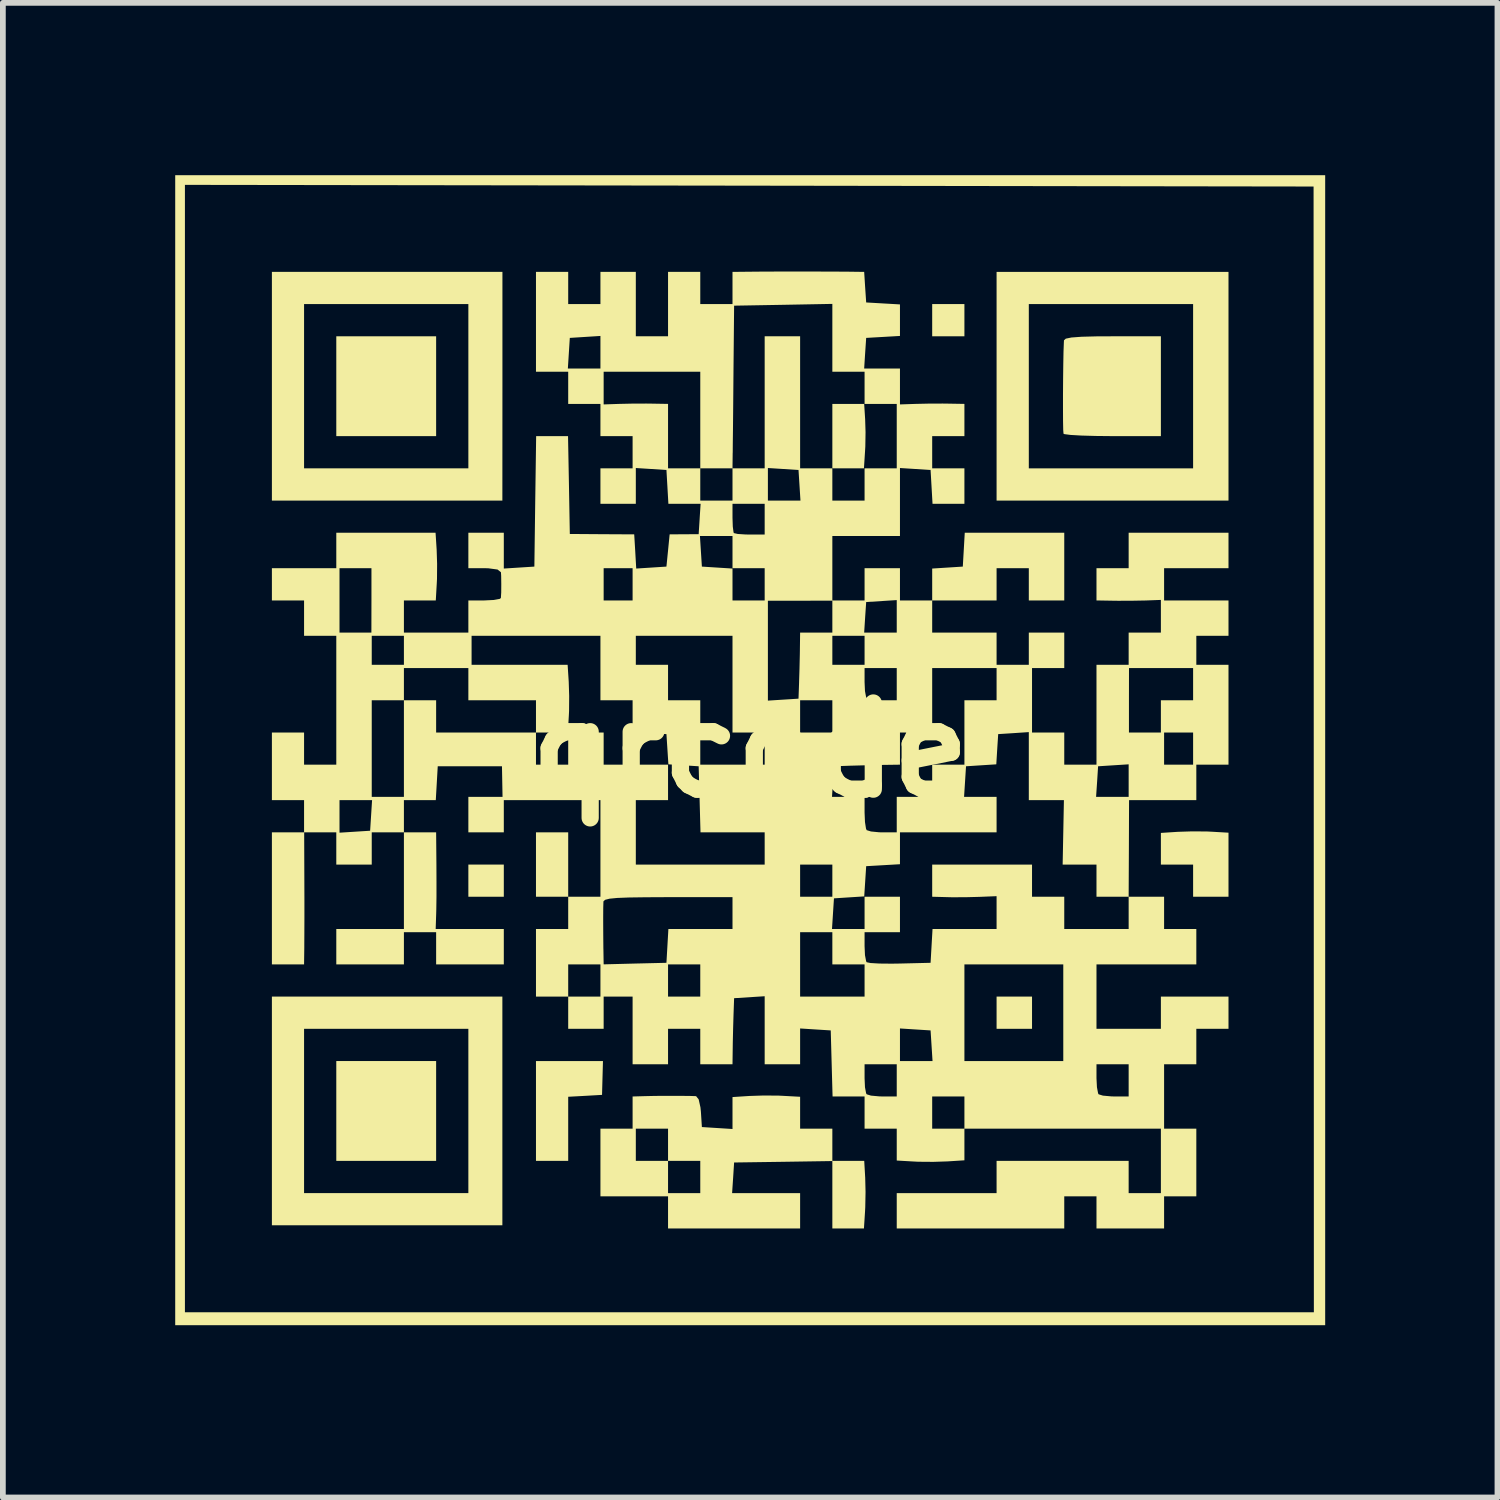
<source format=kicad_pcb>
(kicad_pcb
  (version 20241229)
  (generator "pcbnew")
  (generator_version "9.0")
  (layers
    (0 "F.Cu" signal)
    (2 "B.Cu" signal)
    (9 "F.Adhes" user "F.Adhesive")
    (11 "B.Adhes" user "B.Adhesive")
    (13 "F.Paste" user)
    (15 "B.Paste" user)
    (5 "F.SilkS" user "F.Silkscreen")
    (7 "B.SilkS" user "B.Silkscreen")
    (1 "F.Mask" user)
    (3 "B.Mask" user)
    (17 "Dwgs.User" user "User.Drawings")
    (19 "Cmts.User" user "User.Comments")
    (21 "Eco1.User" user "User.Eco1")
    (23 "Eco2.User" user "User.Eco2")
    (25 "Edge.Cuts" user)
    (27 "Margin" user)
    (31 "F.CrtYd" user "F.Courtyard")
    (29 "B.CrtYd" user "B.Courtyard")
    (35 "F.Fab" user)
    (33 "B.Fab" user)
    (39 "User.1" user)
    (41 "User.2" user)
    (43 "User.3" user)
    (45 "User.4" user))
  (footprint "qrcode"
    (layer "F.Cu")
    (at 10.009 10.009)
    (property "Reference" "qrcode" (at 0 0 0) (layer "F.SilkS") (effects (font (size 1.5 1.5) (thickness 0.3))))
    (attr board_only exclude_from_pos_files exclude_from_bom)
    (fp_poly (pts (xy -5.467 -6.336) (xy -5.467 -5.467) (xy -6.336 -5.467) (xy -7.205 -5.467) (xy -7.205 -6.336) (xy -7.205 -7.205) (xy -6.336 -7.205) (xy -5.467 -7.205)) (stroke (width 0) (type solid)) (fill yes) (layer "F.SilkS"))
    (fp_poly (pts (xy -5.467 6.28) (xy -5.467 7.149) (xy -6.336 7.149) (xy -7.205 7.149) (xy -7.205 6.28) (xy -7.205 5.411) (xy -6.336 5.411) (xy -5.467 5.411)) (stroke (width 0) (type solid)) (fill yes) (layer "F.SilkS"))
    (fp_poly (pts (xy -4.289 2.271) (xy -4.289 2.551) (xy -4.598 2.551) (xy -4.906 2.551) (xy -4.906 2.271) (xy -4.906 1.991) (xy -4.598 1.991) (xy -4.289 1.991)) (stroke (width 0) (type solid)) (fill yes) (layer "F.SilkS"))
    (fp_poly (pts (xy 3.729 -7.485) (xy 3.729 -7.205) (xy 3.448 -7.205) (xy 3.168 -7.205) (xy 3.168 -7.485) (xy 3.168 -7.766) (xy 3.448 -7.766) (xy 3.729 -7.766)) (stroke (width 0) (type solid)) (fill yes) (layer "F.SilkS"))
    (fp_poly (pts (xy 4.906 4.57) (xy 4.906 4.85) (xy 4.598 4.85) (xy 4.289 4.85) (xy 4.289 4.57) (xy 4.289 4.289) (xy 4.598 4.289) (xy 4.906 4.289)) (stroke (width 0) (type solid)) (fill yes) (layer "F.SilkS"))
    (fp_poly (pts (xy 2.001 -5.761) (xy 2.008 -5.536) (xy 2.004 -5.285) (xy 1.999 -5.201) (xy 1.98 -4.906) (xy 1.705 -4.906) (xy 1.43 -4.906) (xy 1.43 -5.467) (xy 1.43 -6.028) (xy 1.707 -6.028) (xy 1.984 -6.028)) (stroke (width 0) (type solid)) (fill yes) (layer "F.SilkS"))
    (fp_poly (pts (xy -2.571 5.705) (xy -2.579 6) (xy -2.874 6.017) (xy -3.168 6.033) (xy -3.168 6.591) (xy -3.168 7.149) (xy -3.448 7.149) (xy -3.729 7.149) (xy -3.729 6.28) (xy -3.729 5.411) (xy -3.146 5.411) (xy -2.563 5.411)) (stroke (width 0) (type solid)) (fill yes) (layer "F.SilkS"))
    (fp_poly (pts (xy 7.953 1.415) (xy 8.032 1.419) (xy 8.326 1.436) (xy 8.326 1.993) (xy 8.326 2.551) (xy 8.018 2.551) (xy 7.71 2.551) (xy 7.71 2.271) (xy 7.71 1.991) (xy 7.429 1.991) (xy 7.149 1.991) (xy 7.149 1.715) (xy 7.149 1.44) (xy 7.443 1.421) (xy 7.69 1.413)) (stroke (width 0) (type solid)) (fill yes) (layer "F.SilkS"))
    (fp_poly (pts (xy -4.314 6.28) (xy -4.314 8.27) (xy -6.32 8.27) (xy -8.326 8.27) (xy -8.326 6.28) (xy -7.766 6.28) (xy -7.766 7.71) (xy -6.336 7.71) (xy -4.906 7.71) (xy -4.906 6.28) (xy -4.906 4.85) (xy -6.336 4.85) (xy -7.766 4.85) (xy -7.766 6.28) (xy -8.326 6.28) (xy -8.326 4.289) (xy -6.32 4.289) (xy -4.314 4.289)) (stroke (width 0) (type solid)) (fill yes) (layer "F.SilkS"))
    (fp_poly (pts (xy -4.313 -6.336) (xy -4.314 -4.345) (xy -6.32 -4.345) (xy -8.326 -4.345) (xy -8.326 -6.336) (xy -7.766 -6.336) (xy -7.766 -4.906) (xy -6.336 -4.906) (xy -4.906 -4.906) (xy -4.906 -6.336) (xy -4.906 -7.766) (xy -6.336 -7.766) (xy -7.766 -7.766) (xy -7.766 -6.336) (xy -8.326 -6.336) (xy -8.326 -8.326) (xy -6.32 -8.326) (xy -4.313 -8.326)) (stroke (width 0) (type solid)) (fill yes) (layer "F.SilkS"))
    (fp_poly (pts (xy 8.326 -6.336) (xy 8.326 -4.345) (xy 6.308 -4.345) (xy 4.289 -4.345) (xy 4.289 -6.336) (xy 4.85 -6.336) (xy 4.85 -4.906) (xy 6.28 -4.906) (xy 7.71 -4.906) (xy 7.71 -6.336) (xy 7.71 -7.766) (xy 6.28 -7.766) (xy 4.85 -7.766) (xy 4.85 -6.336) (xy 4.289 -6.336) (xy 4.289 -8.326) (xy 6.308 -8.326) (xy 8.326 -8.326)) (stroke (width 0) (type solid)) (fill yes) (layer "F.SilkS"))
    (fp_poly (pts (xy 10.009 0) (xy 10.009 10.009) (xy 0 10.009) (xy -10.009 10.009) (xy -10.009 0) (xy -10.009 -0.028) (xy -9.84 -0.028) (xy -9.84 9.784) (xy -0.014 9.784) (xy 9.812 9.784) (xy 9.81 -0.014) (xy 9.807 -9.812) (xy -0.017 -9.827) (xy -9.84 -9.841) (xy -9.84 -0.028) (xy -10.009 -0.028) (xy -10.009 -10.009) (xy 0 -10.009) (xy 10.009 -10.009)) (stroke (width 0) (type solid)) (fill yes) (layer "F.SilkS"))
    (fp_poly (pts (xy 7.149 -6.336) (xy 7.149 -5.467) (xy 6.311 -5.467) (xy 6.017 -5.47) (xy 5.766 -5.477) (xy 5.576 -5.488) (xy 5.47 -5.502) (xy 5.454 -5.509) (xy 5.449 -5.573) (xy 5.446 -5.725) (xy 5.445 -5.94) (xy 5.445 -6.193) (xy 5.447 -6.46) (xy 5.45 -6.716) (xy 5.454 -6.936) (xy 5.46 -7.097) (xy 5.462 -7.135) (xy 5.494 -7.164) (xy 5.592 -7.184) (xy 5.768 -7.197) (xy 6.036 -7.204) (xy 6.308 -7.205) (xy 7.149 -7.205)) (stroke (width 0) (type solid)) (fill yes) (layer "F.SilkS"))
    (fp_poly (pts (xy -5.462 2.005) (xy -5.461 2.282) (xy -5.461 2.549) (xy -5.464 2.766) (xy -5.466 2.846) (xy -5.475 3.112) (xy -4.882 3.112) (xy -4.289 3.112) (xy -4.289 3.42) (xy -4.289 3.729) (xy -4.878 3.729) (xy -5.467 3.729) (xy -5.467 3.448) (xy -5.467 3.168) (xy -5.747 3.168) (xy -6.028 3.168) (xy -6.028 3.448) (xy -6.028 3.729) (xy -6.616 3.729) (xy -7.205 3.729) (xy -7.205 3.42) (xy -7.205 3.112) (xy -6.616 3.112) (xy -6.028 3.112) (xy -6.028 2.271) (xy -6.028 1.43) (xy -5.747 1.43) (xy -5.467 1.43)) (stroke (width 0) (type solid)) (fill yes) (layer "F.SilkS"))
    (fp_poly (pts (xy 0.495 6.013) (xy 0.575 6.017) (xy 0.869 6.033) (xy 0.869 6.311) (xy 0.869 6.588) (xy 1.149 6.588) (xy 1.43 6.588) (xy 1.43 6.869) (xy 1.43 7.149) (xy 1.707 7.149) (xy 1.985 7.149) (xy 2.002 7.443) (xy 2.008 7.69) (xy 2.003 7.953) (xy 1.999 8.032) (xy 1.98 8.326) (xy 1.705 8.326) (xy 1.43 8.326) (xy 1.43 7.739) (xy 1.43 7.152) (xy 0.575 7.165) (xy -0.28 7.177) (xy -0.297 7.443) (xy -0.315 7.71) (xy 0.277 7.71) (xy 0.869 7.71) (xy 0.869 8.018) (xy 0.869 8.326) (xy -0.28 8.326) (xy -1.43 8.326) (xy -1.43 8.046) (xy -1.43 7.766) (xy -2.019 7.766) (xy -2.607 7.766) (xy -2.607 7.429) (xy -1.43 7.429) (xy -1.43 7.71) (xy -1.149 7.71) (xy -0.869 7.71) (xy -0.869 7.429) (xy -0.869 7.149) (xy -1.149 7.149) (xy -1.43 7.149) (xy -1.43 7.429) (xy -2.607 7.429) (xy -2.607 7.177) (xy -2.607 6.869) (xy -1.991 6.869) (xy -1.991 7.149) (xy -1.71 7.149) (xy -1.43 7.149) (xy -1.43 6.869) (xy -1.43 6.588) (xy -1.71 6.588) (xy -1.991 6.588) (xy -1.991 6.869) (xy -2.607 6.869) (xy -2.607 6.588) (xy -2.327 6.588) (xy -2.047 6.588) (xy -2.047 6.308) (xy -2.047 6.028) (xy -1.836 6.022) (xy -1.654 6.018) (xy -1.435 6.017) (xy -1.218 6.017) (xy -1.04 6.019) (xy -0.942 6.022) (xy -0.897 6.078) (xy -0.866 6.217) (xy -0.858 6.294) (xy -0.841 6.56) (xy -0.575 6.577) (xy -0.308 6.594) (xy -0.308 6.316) (xy -0.308 6.038) (xy -0.014 6.019) (xy 0.232 6.011)) (stroke (width 0) (type solid)) (fill yes) (layer "F.SilkS"))
    (fp_poly (pts (xy 1.149 -8.332) (xy 1.447 -8.331) (xy 1.681 -8.33) (xy 1.749 -8.329) (xy 1.984 -8.326) (xy 2.001 -8.06) (xy 2.019 -7.794) (xy 2.313 -7.777) (xy 2.607 -7.76) (xy 2.607 -7.485) (xy 2.607 -7.211) (xy 2.313 -7.194) (xy 2.019 -7.177) (xy 2.001 -6.911) (xy 1.984 -6.644) (xy 2.296 -6.644) (xy 2.607 -6.644) (xy 2.607 -6.332) (xy 2.607 -6.019) (xy 2.874 -6.028) (xy 3.1 -6.033) (xy 3.351 -6.034) (xy 3.434 -6.033) (xy 3.729 -6.028) (xy 3.729 -5.747) (xy 3.729 -5.467) (xy 3.448 -5.467) (xy 3.168 -5.467) (xy 3.168 -5.187) (xy 3.168 -4.906) (xy 3.448 -4.906) (xy 3.729 -4.906) (xy 3.729 -4.598) (xy 3.729 -4.289) (xy 3.451 -4.289) (xy 3.174 -4.289) (xy 3.157 -4.584) (xy 3.14 -4.878) (xy 2.874 -4.895) (xy 2.607 -4.912) (xy 2.607 -4.321) (xy 2.607 -3.729) (xy 2.019 -3.729) (xy 1.43 -3.729) (xy 1.43 -3.168) (xy 1.43 -2.607) (xy 1.71 -2.607) (xy 1.991 -2.607) (xy 1.991 -2.888) (xy 1.991 -3.168) (xy 2.299 -3.168) (xy 2.607 -3.168) (xy 2.607 -2.888) (xy 2.607 -2.607) (xy 2.888 -2.607) (xy 3.168 -2.607) (xy 3.168 -2.885) (xy 3.168 -3.162) (xy 3.434 -3.179) (xy 3.701 -3.196) (xy 3.718 -3.49) (xy 3.735 -3.785) (xy 4.601 -3.785) (xy 5.467 -3.785) (xy 5.467 -3.196) (xy 5.467 -2.607) (xy 5.158 -2.607) (xy 4.85 -2.607) (xy 4.85 -2.888) (xy 4.85 -3.168) (xy 4.57 -3.168) (xy 4.289 -3.168) (xy 4.289 -2.888) (xy 4.289 -2.607) (xy 3.729 -2.607) (xy 3.168 -2.607) (xy 3.168 -2.327) (xy 3.168 -2.047) (xy 3.729 -2.047) (xy 4.289 -2.047) (xy 4.289 -1.766) (xy 4.289 -1.486) (xy 4.57 -1.486) (xy 4.85 -1.486) (xy 4.85 -1.766) (xy 4.85 -2.047) (xy 5.158 -2.047) (xy 5.467 -2.047) (xy 5.467 -1.738) (xy 5.467 -1.43) (xy 5.187 -1.43) (xy 4.906 -1.43) (xy 4.906 -0.869) (xy 4.906 -0.308) (xy 5.187 -0.308) (xy 5.467 -0.308) (xy 5.467 -0.028) (xy 5.467 0.252) (xy 5.747 0.252) (xy 6.028 0.252) (xy 6.028 -0.028) (xy 7.205 -0.028) (xy 7.205 0.252) (xy 7.457 0.252) (xy 7.71 0.252) (xy 7.71 -0.028) (xy 7.71 -0.308) (xy 7.457 -0.308) (xy 7.205 -0.308) (xy 7.205 -0.028) (xy 6.028 -0.028) (xy 6.028 -0.308) (xy 6.593 -0.308) (xy 6.871 -0.308) (xy 7.149 -0.308) (xy 7.149 -0.589) (xy 7.149 -0.869) (xy 7.429 -0.869) (xy 7.71 -0.869) (xy 7.71 -1.149) (xy 7.71 -1.43) (xy 7.152 -1.43) (xy 6.594 -1.43) (xy 6.593 -0.869) (xy 6.593 -0.308) (xy 6.028 -0.308) (xy 6.028 -0.617) (xy 6.028 -1.486) (xy 6.308 -1.486) (xy 6.588 -1.486) (xy 6.588 -1.766) (xy 6.588 -2.047) (xy 6.869 -2.047) (xy 7.149 -2.047) (xy 7.149 -2.331) (xy 7.149 -2.616) (xy 6.883 -2.606) (xy 6.657 -2.602) (xy 6.406 -2.601) (xy 6.322 -2.602) (xy 6.028 -2.607) (xy 6.028 -2.888) (xy 6.028 -3.168) (xy 6.308 -3.168) (xy 6.588 -3.168) (xy 6.588 -3.476) (xy 6.588 -3.785) (xy 7.457 -3.785) (xy 8.326 -3.785) (xy 8.326 -3.476) (xy 8.326 -3.168) (xy 7.766 -3.168) (xy 7.205 -3.168) (xy 7.205 -2.888) (xy 7.205 -2.607) (xy 7.766 -2.607) (xy 8.326 -2.607) (xy 8.326 -2.299) (xy 8.326 -1.991) (xy 8.046 -1.991) (xy 7.766 -1.991) (xy 7.766 -1.738) (xy 7.766 -1.486) (xy 8.046 -1.486) (xy 8.326 -1.486) (xy 8.326 -0.617) (xy 8.326 0.252) (xy 8.046 0.252) (xy 7.766 0.252) (xy 7.766 0.561) (xy 7.766 0.869) (xy 7.18 0.869) (xy 6.595 0.869) (xy 6.592 1.71) (xy 6.588 2.551) (xy 6.308 2.551) (xy 6.028 2.551) (xy 6.028 2.271) (xy 6.028 1.991) (xy 5.733 1.991) (xy 5.439 1.991) (xy 5.45 1.43) (xy 5.461 0.869) (xy 5.156 0.869) (xy 4.85 0.869) (xy 4.85 0.813) (xy 6.021 0.813) (xy 6.305 0.813) (xy 6.588 0.813) (xy 6.588 0.53) (xy 6.588 0.246) (xy 6.322 0.263) (xy 6.056 0.28) (xy 6.039 0.547) (xy 6.021 0.813) (xy 4.85 0.813) (xy 4.85 0.277) (xy 4.85 -0.315) (xy 4.584 -0.297) (xy 4.317 -0.28) (xy 4.3 -0.017) (xy 4.284 0.246) (xy 4.02 0.263) (xy 3.757 0.28) (xy 3.74 0.547) (xy 3.723 0.813) (xy 4.006 0.813) (xy 4.289 0.813) (xy 4.289 1.121) (xy 4.289 1.43) (xy 3.448 1.43) (xy 2.607 1.43) (xy 2.607 1.707) (xy 2.607 1.985) (xy 2.313 2.002) (xy 2.019 2.019) (xy 2.002 2.282) (xy 1.985 2.545) (xy 1.721 2.562) (xy 1.458 2.579) (xy 1.441 2.846) (xy 1.424 3.112) (xy 1.707 3.112) (xy 1.991 3.112) (xy 1.991 2.832) (xy 1.991 2.551) (xy 2.299 2.551) (xy 2.607 2.551) (xy 2.607 2.86) (xy 2.607 3.168) (xy 2.299 3.168) (xy 1.991 3.168) (xy 1.991 3.411) (xy 1.998 3.568) (xy 2.018 3.673) (xy 2.027 3.691) (xy 2.096 3.705) (xy 2.25 3.714) (xy 2.463 3.716) (xy 2.602 3.714) (xy 3.14 3.701) (xy 3.157 3.406) (xy 3.174 3.112) (xy 3.732 3.112) (xy 4.289 3.112) (xy 4.289 2.826) (xy 4.289 2.541) (xy 3.995 2.553) (xy 3.758 2.559) (xy 3.512 2.56) (xy 3.434 2.558) (xy 3.168 2.551) (xy 3.168 2.271) (xy 3.168 1.991) (xy 4.037 1.991) (xy 4.906 1.991) (xy 4.906 2.271) (xy 4.906 2.551) (xy 5.187 2.551) (xy 5.467 2.551) (xy 5.467 2.832) (xy 5.467 3.112) (xy 6.028 3.112) (xy 6.588 3.112) (xy 6.588 2.832) (xy 6.588 2.551) (xy 6.897 2.551) (xy 7.205 2.551) (xy 7.205 2.832) (xy 7.205 3.112) (xy 7.485 3.112) (xy 7.766 3.112) (xy 7.766 3.42) (xy 7.766 3.729) (xy 6.897 3.729) (xy 6.028 3.729) (xy 6.028 4.289) (xy 6.028 4.85) (xy 6.588 4.85) (xy 7.149 4.85) (xy 7.149 4.57) (xy 7.149 4.289) (xy 7.738 4.289) (xy 8.326 4.289) (xy 8.326 4.57) (xy 8.326 4.85) (xy 8.046 4.85) (xy 7.766 4.85) (xy 7.766 5.158) (xy 7.766 5.467) (xy 7.485 5.467) (xy 7.205 5.467) (xy 7.205 6.028) (xy 7.205 6.588) (xy 7.485 6.588) (xy 7.766 6.588) (xy 7.766 7.177) (xy 7.766 7.766) (xy 7.485 7.766) (xy 7.205 7.766) (xy 7.205 8.046) (xy 7.205 8.326) (xy 6.616 8.326) (xy 6.028 8.326) (xy 6.028 8.046) (xy 6.028 7.766) (xy 5.747 7.766) (xy 5.467 7.766) (xy 5.467 8.046) (xy 5.467 8.326) (xy 4.009 8.326) (xy 2.551 8.326) (xy 2.551 8.018) (xy 2.551 7.71) (xy 3.42 7.71) (xy 4.289 7.71) (xy 4.289 7.429) (xy 4.289 7.149) (xy 5.439 7.149) (xy 6.588 7.149) (xy 6.588 7.429) (xy 6.588 7.71) (xy 6.869 7.71) (xy 7.149 7.71) (xy 7.149 7.149) (xy 7.149 6.588) (xy 5.439 6.588) (xy 3.729 6.588) (xy 3.729 6.863) (xy 3.729 7.139) (xy 3.434 7.158) (xy 3.188 7.166) (xy 2.925 7.164) (xy 2.846 7.16) (xy 2.551 7.143) (xy 2.551 6.866) (xy 2.551 6.588) (xy 2.271 6.588) (xy 1.991 6.588) (xy 1.991 6.308) (xy 3.168 6.308) (xy 3.168 6.588) (xy 3.448 6.588) (xy 3.729 6.588) (xy 3.729 6.308) (xy 3.729 6.028) (xy 3.448 6.028) (xy 3.168 6.028) (xy 3.168 6.308) (xy 1.991 6.308) (xy 1.991 6.028) (xy 1.712 6.028) (xy 1.434 6.028) (xy 1.425 5.71) (xy 1.991 5.71) (xy 1.998 5.867) (xy 2.018 5.973) (xy 2.028 5.99) (xy 2.103 6.013) (xy 2.246 6.026) (xy 2.308 6.028) (xy 2.551 6.028) (xy 2.551 5.747) (xy 2.551 5.71) (xy 6.028 5.71) (xy 6.036 5.867) (xy 6.056 5.973) (xy 6.065 5.99) (xy 6.14 6.013) (xy 6.283 6.026) (xy 6.345 6.028) (xy 6.588 6.028) (xy 6.588 5.747) (xy 6.588 5.467) (xy 6.308 5.467) (xy 6.028 5.467) (xy 6.028 5.71) (xy 2.551 5.71) (xy 2.551 5.467) (xy 2.271 5.467) (xy 1.991 5.467) (xy 1.991 5.71) (xy 1.425 5.71) (xy 1.418 5.453) (xy 1.409 5.127) (xy 2.607 5.127) (xy 2.607 5.411) (xy 2.891 5.411) (xy 3.174 5.411) (xy 3.157 5.144) (xy 3.14 4.878) (xy 2.874 4.861) (xy 2.607 4.844) (xy 2.607 5.127) (xy 1.409 5.127) (xy 1.402 4.878) (xy 1.135 4.861) (xy 0.869 4.844) (xy 0.869 5.155) (xy 0.869 5.467) (xy 0.561 5.467) (xy 0.252 5.467) (xy 0.252 4.875) (xy 0.252 4.57) (xy 3.729 4.57) (xy 3.729 5.411) (xy 4.59 5.411) (xy 5.45 5.411) (xy 5.45 4.57) (xy 5.45 3.729) (xy 4.589 3.729) (xy 3.729 3.729) (xy 3.729 4.57) (xy 0.252 4.57) (xy 0.252 4.283) (xy -0.014 4.3) (xy -0.28 4.317) (xy -0.29 4.598) (xy -0.297 4.834) (xy -0.303 5.092) (xy -0.304 5.173) (xy -0.308 5.467) (xy -0.589 5.467) (xy -0.869 5.467) (xy -0.869 5.158) (xy -0.869 4.85) (xy -1.149 4.85) (xy -1.43 4.85) (xy -1.43 5.158) (xy -1.43 5.467) (xy -1.738 5.467) (xy -2.047 5.467) (xy -2.047 4.878) (xy -2.047 4.289) (xy -2.299 4.289) (xy -2.551 4.289) (xy -2.551 4.57) (xy -2.551 4.85) (xy -2.86 4.85) (xy -3.168 4.85) (xy -3.168 4.57) (xy -3.168 4.289) (xy -3.448 4.289) (xy -3.729 4.289) (xy -3.729 4.009) (xy -3.168 4.009) (xy -3.168 4.289) (xy -2.888 4.289) (xy -2.607 4.289) (xy -2.607 4.009) (xy -1.43 4.009) (xy -1.43 4.289) (xy -1.149 4.289) (xy -0.869 4.289) (xy -0.869 4.009) (xy -0.869 3.729) (xy 0.869 3.729) (xy 0.869 4.289) (xy 1.43 4.289) (xy 1.991 4.289) (xy 1.991 4.009) (xy 1.991 3.729) (xy 1.71 3.729) (xy 1.43 3.729) (xy 1.43 3.448) (xy 1.43 3.168) (xy 1.149 3.168) (xy 0.869 3.168) (xy 0.869 3.729) (xy -0.869 3.729) (xy -1.149 3.729) (xy -1.43 3.729) (xy -1.43 4.009) (xy -2.607 4.009) (xy -2.607 3.729) (xy -2.888 3.729) (xy -3.168 3.729) (xy -3.168 4.009) (xy -3.729 4.009) (xy -3.729 3.701) (xy -3.729 3.112) (xy -3.448 3.112) (xy -3.168 3.112) (xy -3.168 2.972) (xy -2.559 2.972) (xy -2.558 3.202) (xy -2.556 3.441) (xy -2.555 3.476) (xy -2.551 3.728) (xy -2.005 3.714) (xy -1.458 3.701) (xy -1.441 3.406) (xy -1.424 3.112) (xy -0.866 3.112) (xy -0.308 3.112) (xy -0.308 2.835) (xy -0.308 2.558) (xy -1.43 2.558) (xy -1.819 2.56) (xy -2.11 2.564) (xy -2.316 2.572) (xy -2.449 2.585) (xy -2.524 2.604) (xy -2.553 2.629) (xy -2.555 2.639) (xy -2.558 2.742) (xy -2.559 2.906) (xy -2.559 2.972) (xy -3.168 2.972) (xy -3.168 2.832) (xy -3.168 2.551) (xy -3.448 2.551) (xy -3.729 2.551) (xy -3.729 1.991) (xy -3.729 1.43) (xy -3.448 1.43) (xy -3.168 1.43) (xy -3.168 1.991) (xy -3.168 2.551) (xy -2.888 2.551) (xy -2.607 2.551) (xy -2.607 2.271) (xy 0.869 2.271) (xy 0.869 2.551) (xy 1.149 2.551) (xy 1.43 2.551) (xy 1.43 2.271) (xy 1.43 1.991) (xy 1.149 1.991) (xy 0.869 1.991) (xy 0.869 2.271) (xy -2.607 2.271) (xy -2.607 1.71) (xy -2.607 0.869) (xy -3.448 0.869) (xy -4.289 0.869) (xy -4.289 1.149) (xy -4.289 1.43) (xy -4.598 1.43) (xy -4.906 1.43) (xy -4.906 1.121) (xy -4.906 0.813) (xy -4.609 0.813) (xy -4.311 0.813) (xy -4.316 0.547) (xy -4.321 0.28) (xy -4.88 0.28) (xy -5.439 0.28) (xy -5.456 0.575) (xy -5.473 0.869) (xy -5.75 0.869) (xy -6.028 0.869) (xy -6.028 1.149) (xy -6.028 1.43) (xy -6.308 1.43) (xy -6.588 1.43) (xy -6.588 1.71) (xy -6.588 1.991) (xy -6.897 1.991) (xy -7.205 1.991) (xy -7.205 1.71) (xy -7.205 1.43) (xy -7.485 1.43) (xy -7.764 1.43) (xy -7.761 2.285) (xy -7.76 2.611) (xy -7.76 2.923) (xy -7.761 3.191) (xy -7.762 3.387) (xy -7.762 3.434) (xy -7.766 3.729) (xy -8.046 3.729) (xy -8.326 3.729) (xy -8.326 2.579) (xy -8.326 1.43) (xy -8.046 1.43) (xy -7.766 1.43) (xy -7.766 1.153) (xy -7.149 1.153) (xy -7.149 1.436) (xy -6.883 1.419) (xy -6.616 1.402) (xy -6.599 1.135) (xy -6.582 0.869) (xy -6.866 0.869) (xy -7.149 0.869) (xy -7.149 1.153) (xy -7.766 1.153) (xy -7.766 1.149) (xy -7.766 0.869) (xy -8.046 0.869) (xy -8.326 0.869) (xy -8.326 0.28) (xy -8.326 -0.308) (xy -8.046 -0.308) (xy -7.766 -0.308) (xy -7.766 -0.028) (xy -7.766 0.252) (xy -7.485 0.252) (xy -7.205 0.252) (xy -7.205 -0.869) (xy -6.588 -0.869) (xy -6.588 -0.028) (xy -6.588 0.813) (xy -6.308 0.813) (xy -6.028 0.813) (xy -6.028 -0.028) (xy -6.028 -0.869) (xy -5.747 -0.869) (xy -5.467 -0.869) (xy -5.467 -0.589) (xy -5.467 -0.308) (xy -4.598 -0.308) (xy -3.729 -0.308) (xy -3.729 -0.028) (xy -3.729 0.252) (xy -3.448 0.252) (xy -3.168 0.252) (xy -3.168 -0.028) (xy -3.168 -0.308) (xy -2.86 -0.308) (xy -2.551 -0.308) (xy -2.551 -0.028) (xy -2.551 0.252) (xy -1.991 0.252) (xy -1.43 0.252) (xy -1.43 0.561) (xy -1.43 0.869) (xy -1.71 0.869) (xy -1.991 0.869) (xy -1.991 1.43) (xy -1.991 1.991) (xy -0.869 1.991) (xy 0.252 1.991) (xy 0.252 1.71) (xy 0.252 1.43) (xy -0.306 1.43) (xy -0.865 1.43) (xy -0.881 0.855) (xy -0.882 0.813) (xy 1.424 0.813) (xy 1.707 0.813) (xy 1.991 0.813) (xy 1.991 1.084) (xy 1.998 1.25) (xy 2.016 1.366) (xy 2.028 1.392) (xy 2.103 1.415) (xy 2.246 1.429) (xy 2.308 1.43) (xy 2.551 1.43) (xy 2.551 1.121) (xy 2.551 0.813) (xy 2.86 0.813) (xy 3.168 0.813) (xy 3.168 0.533) (xy 3.168 0.252) (xy 3.448 0.252) (xy 3.729 0.252) (xy 3.729 -0.308) (xy 3.729 -0.869) (xy 4.009 -0.869) (xy 4.289 -0.869) (xy 4.289 -1.149) (xy 4.289 -1.43) (xy 3.729 -1.43) (xy 3.168 -1.43) (xy 3.168 -0.869) (xy 3.168 -0.308) (xy 2.888 -0.308) (xy 2.607 -0.308) (xy 2.607 -0.028) (xy 2.607 0.252) (xy 2.313 0.256) (xy 2.071 0.261) (xy 1.816 0.268) (xy 1.738 0.27) (xy 1.458 0.28) (xy 1.441 0.547) (xy 1.424 0.813) (xy -0.882 0.813) (xy -0.897 0.28) (xy -1.161 0.263) (xy -1.424 0.246) (xy -1.441 -0.017) (xy -1.458 -0.28) (xy -1.752 -0.297) (xy -2.047 -0.314) (xy -2.047 -0.592) (xy -2.047 -0.869) (xy -2.327 -0.869) (xy -2.607 -0.869) (xy -2.607 -1.43) (xy -2.607 -1.738) (xy -1.991 -1.738) (xy -1.991 -1.486) (xy -1.71 -1.486) (xy -1.43 -1.486) (xy -1.43 -1.177) (xy -1.43 -0.869) (xy -1.149 -0.869) (xy -0.869 -0.869) (xy -0.869 -0.308) (xy -0.869 0.252) (xy -0.308 0.252) (xy 0.252 0.252) (xy 0.252 -0.028) (xy 0.252 -0.308) (xy -0.028 -0.308) (xy -0.308 -0.308) (xy -0.308 -0.589) (xy 0.869 -0.589) (xy 0.869 -0.308) (xy 1.149 -0.308) (xy 1.43 -0.308) (xy 1.43 -0.589) (xy 1.43 -0.869) (xy 1.149 -0.869) (xy 0.869 -0.869) (xy 0.869 -0.589) (xy -0.308 -0.589) (xy -0.308 -1.149) (xy -0.308 -1.991) (xy -1.149 -1.991) (xy -1.991 -1.991) (xy -1.991 -1.738) (xy -2.607 -1.738) (xy -2.607 -1.991) (xy -3.729 -1.991) (xy -4.85 -1.991) (xy -4.85 -1.738) (xy -4.85 -1.486) (xy -4.014 -1.486) (xy -3.178 -1.486) (xy -3.159 -1.192) (xy -3.151 -0.945) (xy -3.153 -0.682) (xy -3.157 -0.603) (xy -3.174 -0.308) (xy -3.451 -0.308) (xy -3.729 -0.308) (xy -3.729 -0.589) (xy -3.729 -0.869) (xy -4.317 -0.869) (xy -4.906 -0.869) (xy -4.906 -1.149) (xy -4.906 -1.43) (xy -5.467 -1.43) (xy -6.028 -1.43) (xy -6.028 -1.149) (xy -6.028 -0.869) (xy -6.308 -0.869) (xy -6.588 -0.869) (xy -7.205 -0.869) (xy -7.205 -1.738) (xy -6.588 -1.738) (xy -6.588 -1.486) (xy -6.308 -1.486) (xy -6.028 -1.486) (xy -6.028 -1.738) (xy -6.028 -1.991) (xy -6.308 -1.991) (xy -6.588 -1.991) (xy -6.588 -1.738) (xy -7.205 -1.738) (xy -7.205 -1.991) (xy -7.485 -1.991) (xy -7.766 -1.991) (xy -7.766 -2.299) (xy -7.766 -2.607) (xy -7.149 -2.607) (xy -7.149 -2.047) (xy -6.871 -2.047) (xy -6.594 -2.047) (xy -6.593 -2.607) (xy -6.593 -3.168) (xy -6.871 -3.168) (xy -7.149 -3.168) (xy -7.149 -2.607) (xy -7.766 -2.607) (xy -8.046 -2.607) (xy -8.326 -2.607) (xy -8.326 -2.888) (xy -8.326 -3.168) (xy -7.766 -3.168) (xy -7.205 -3.168) (xy -7.205 -3.476) (xy -7.205 -3.785) (xy -6.341 -3.785) (xy -5.477 -3.785) (xy -5.458 -3.49) (xy -5.45 -3.244) (xy -5.452 -2.981) (xy -5.456 -2.902) (xy -5.473 -2.607) (xy -5.75 -2.607) (xy -6.028 -2.607) (xy -6.028 -2.327) (xy -6.028 -2.047) (xy -5.467 -2.047) (xy -4.906 -2.047) (xy -4.906 -2.327) (xy -4.906 -2.602) (xy 0.308 -2.602) (xy 0.308 -1.732) (xy 0.308 -0.863) (xy 0.575 -0.88) (xy 0.841 -0.897) (xy 0.851 -1.177) (xy 0.851 -1.187) (xy 1.991 -1.187) (xy 1.998 -1.029) (xy 2.018 -0.924) (xy 2.028 -0.906) (xy 2.103 -0.883) (xy 2.246 -0.87) (xy 2.308 -0.869) (xy 2.551 -0.869) (xy 2.551 -1.149) (xy 2.551 -1.43) (xy 2.271 -1.43) (xy 1.991 -1.43) (xy 1.991 -1.187) (xy 0.851 -1.187) (xy 0.858 -1.414) (xy 0.864 -1.671) (xy 0.865 -1.738) (xy 1.43 -1.738) (xy 1.43 -1.486) (xy 1.71 -1.486) (xy 1.991 -1.486) (xy 1.991 -1.738) (xy 1.991 -1.991) (xy 1.71 -1.991) (xy 1.43 -1.991) (xy 1.43 -1.738) (xy 0.865 -1.738) (xy 0.865 -1.752) (xy 0.869 -2.047) (xy 1.149 -2.047) (xy 1.43 -2.047) (xy 1.984 -2.047) (xy 2.268 -2.047) (xy 2.551 -2.047) (xy 2.551 -2.33) (xy 2.551 -2.613) (xy 2.285 -2.596) (xy 2.019 -2.579) (xy 2.001 -2.313) (xy 1.984 -2.047) (xy 1.43 -2.047) (xy 1.43 -2.325) (xy 1.43 -2.603) (xy 0.869 -2.602) (xy 0.308 -2.602) (xy -4.906 -2.602) (xy -4.906 -2.607) (xy -4.626 -2.607) (xy -4.464 -2.615) (xy -4.36 -2.634) (xy -4.34 -2.649) (xy -4.334 -2.745) (xy -4.333 -2.888) (xy -2.551 -2.888) (xy -2.551 -2.607) (xy -2.299 -2.607) (xy -2.047 -2.607) (xy -2.047 -2.888) (xy -2.047 -3.168) (xy -2.299 -3.168) (xy -2.551 -3.168) (xy -2.551 -2.888) (xy -4.333 -2.888) (xy -4.333 -2.894) (xy -4.335 -3.037) (xy -4.339 -3.098) (xy -4.398 -3.145) (xy -4.562 -3.167) (xy -4.626 -3.168) (xy -4.906 -3.168) (xy -4.906 -3.476) (xy -4.906 -3.785) (xy -4.598 -3.785) (xy -4.289 -3.785) (xy -4.289 -3.473) (xy -4.289 -3.162) (xy -4.023 -3.179) (xy -3.757 -3.196) (xy -3.742 -4.331) (xy -3.726 -5.467) (xy -3.449 -5.467) (xy -3.171 -5.467) (xy -3.155 -4.616) (xy -3.14 -3.764) (xy -2.579 -3.76) (xy -2.019 -3.757) (xy -2.001 -3.459) (xy -1.984 -3.162) (xy -1.721 -3.179) (xy -1.458 -3.196) (xy -1.43 -3.476) (xy -1.405 -3.729) (xy -0.875 -3.729) (xy -0.858 -3.462) (xy -0.841 -3.196) (xy -0.575 -3.179) (xy -0.308 -3.162) (xy -0.308 -2.885) (xy -0.308 -2.607) (xy -0.028 -2.607) (xy 0.252 -2.607) (xy 0.252 -2.888) (xy 0.252 -3.168) (xy -0.028 -3.168) (xy -0.308 -3.168) (xy -0.308 -3.448) (xy -0.308 -3.729) (xy -0.592 -3.729) (xy -0.875 -3.729) (xy -1.405 -3.729) (xy -1.402 -3.757) (xy -1.149 -3.759) (xy -0.897 -3.76) (xy -0.88 -4.025) (xy -0.879 -4.046) (xy -0.308 -4.046) (xy -0.303 -3.893) (xy -0.29 -3.793) (xy -0.283 -3.779) (xy -0.217 -3.764) (xy -0.079 -3.755) (xy -0.003 -3.754) (xy 0.252 -3.754) (xy 0.252 -4.022) (xy 0.252 -4.289) (xy -0.028 -4.289) (xy -0.308 -4.289) (xy -0.308 -4.046) (xy -0.879 -4.046) (xy -0.863 -4.289) (xy -1.143 -4.289) (xy -1.424 -4.289) (xy -1.441 -4.584) (xy -1.458 -4.878) (xy -1.724 -4.895) (xy -1.991 -4.912) (xy -1.991 -4.601) (xy -1.991 -4.289) (xy -2.299 -4.289) (xy -2.607 -4.289) (xy -2.607 -4.598) (xy -2.607 -4.906) (xy -2.327 -4.906) (xy -2.047 -4.906) (xy -2.047 -5.187) (xy -2.047 -5.467) (xy -2.327 -5.467) (xy -2.607 -5.467) (xy -2.607 -5.747) (xy -2.607 -6.028) (xy -2.888 -6.028) (xy -3.168 -6.028) (xy -3.168 -6.308) (xy -3.168 -6.588) (xy -2.551 -6.588) (xy -2.551 -6.304) (xy -2.551 -6.019) (xy -2.285 -6.028) (xy -2.059 -6.033) (xy -1.808 -6.034) (xy -1.724 -6.033) (xy -1.43 -6.028) (xy -1.43 -5.467) (xy -1.43 -4.906) (xy -1.149 -4.906) (xy -0.869 -4.906) (xy -0.869 -4.626) (xy -0.869 -4.345) (xy -0.589 -4.345) (xy -0.308 -4.345) (xy -0.308 -4.626) (xy -0.308 -4.629) (xy 0.308 -4.629) (xy 0.308 -4.345) (xy 0.592 -4.345) (xy 0.875 -4.345) (xy 0.858 -4.612) (xy 0.841 -4.878) (xy 0.575 -4.895) (xy 0.308 -4.912) (xy 0.308 -4.629) (xy -0.308 -4.629) (xy -0.308 -4.906) (xy -0.028 -4.906) (xy 0.252 -4.906) (xy 0.252 -6.056) (xy 0.252 -7.205) (xy 0.561 -7.205) (xy 0.869 -7.205) (xy 0.869 -6.056) (xy 0.869 -4.906) (xy 1.149 -4.906) (xy 1.43 -4.906) (xy 1.43 -4.626) (xy 1.43 -4.345) (xy 1.71 -4.345) (xy 1.991 -4.345) (xy 1.991 -4.626) (xy 1.991 -4.906) (xy 2.271 -4.906) (xy 2.551 -4.906) (xy 2.551 -5.467) (xy 2.551 -6.028) (xy 2.271 -6.028) (xy 1.991 -6.028) (xy 1.991 -6.308) (xy 1.991 -6.588) (xy 1.71 -6.588) (xy 1.43 -6.588) (xy 1.43 -7.179) (xy 1.43 -7.769) (xy 0.575 -7.753) (xy -0.28 -7.738) (xy -0.291 -6.588) (xy -0.294 -6.221) (xy -0.297 -5.875) (xy -0.3 -5.572) (xy -0.303 -5.334) (xy -0.304 -5.184) (xy -0.305 -5.173) (xy -0.308 -4.906) (xy -0.589 -4.906) (xy -0.869 -4.906) (xy -0.869 -5.747) (xy -0.869 -6.588) (xy -1.71 -6.588) (xy -2.551 -6.588) (xy -3.168 -6.588) (xy -3.448 -6.588) (xy -3.729 -6.588) (xy -3.729 -6.644) (xy -3.174 -6.644) (xy -2.891 -6.644) (xy -2.607 -6.644) (xy -2.607 -6.928) (xy -2.607 -7.211) (xy -2.874 -7.194) (xy -3.14 -7.177) (xy -3.157 -6.911) (xy -3.174 -6.644) (xy -3.729 -6.644) (xy -3.729 -7.457) (xy -3.729 -8.326) (xy -3.448 -8.326) (xy -3.168 -8.326) (xy -3.168 -8.046) (xy -3.168 -7.766) (xy -2.888 -7.766) (xy -2.607 -7.766) (xy -2.607 -8.046) (xy -2.607 -8.326) (xy -2.299 -8.326) (xy -1.991 -8.326) (xy -1.991 -7.766) (xy -1.991 -7.205) (xy -1.71 -7.205) (xy -1.43 -7.205) (xy -1.43 -7.766) (xy -1.43 -8.326) (xy -1.149 -8.326) (xy -0.869 -8.326) (xy -0.869 -8.046) (xy -0.869 -7.766) (xy -0.589 -7.766) (xy -0.308 -7.766) (xy -0.308 -8.046) (xy -0.308 -8.326) (xy -0.014 -8.329) (xy 0.204 -8.331) (xy 0.493 -8.332) (xy 0.819 -8.332)) (stroke (width 0) (type solid)) (fill yes) (layer "F.SilkS")))
  (gr_rect
    (start -3 -3)
    (end 23.017 23.017)
    (stroke (width 0.1) (type default))
    (fill no)
    (layer "Edge.Cuts")))
</source>
